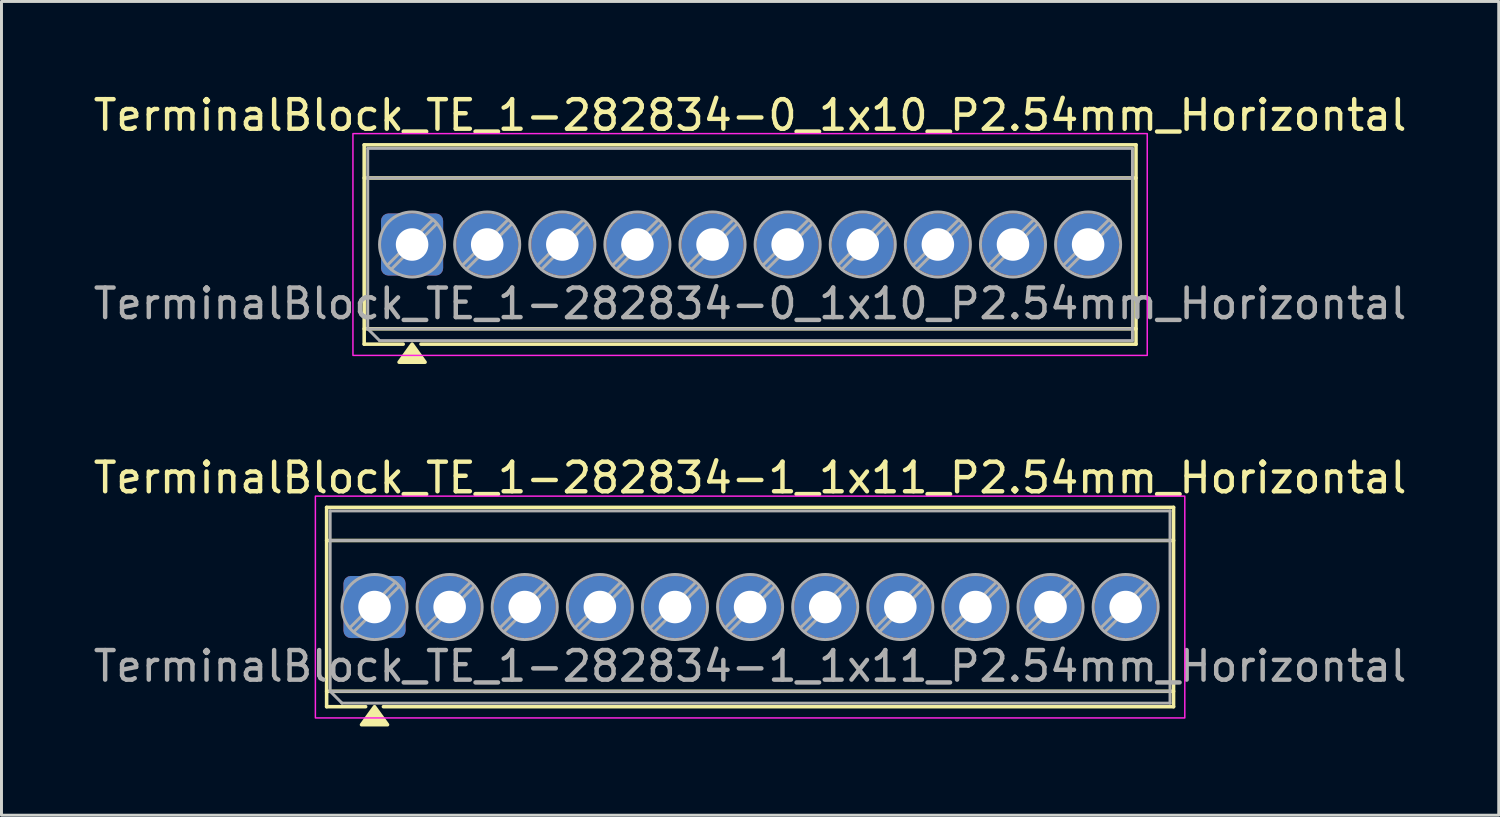
<source format=kicad_pcb>
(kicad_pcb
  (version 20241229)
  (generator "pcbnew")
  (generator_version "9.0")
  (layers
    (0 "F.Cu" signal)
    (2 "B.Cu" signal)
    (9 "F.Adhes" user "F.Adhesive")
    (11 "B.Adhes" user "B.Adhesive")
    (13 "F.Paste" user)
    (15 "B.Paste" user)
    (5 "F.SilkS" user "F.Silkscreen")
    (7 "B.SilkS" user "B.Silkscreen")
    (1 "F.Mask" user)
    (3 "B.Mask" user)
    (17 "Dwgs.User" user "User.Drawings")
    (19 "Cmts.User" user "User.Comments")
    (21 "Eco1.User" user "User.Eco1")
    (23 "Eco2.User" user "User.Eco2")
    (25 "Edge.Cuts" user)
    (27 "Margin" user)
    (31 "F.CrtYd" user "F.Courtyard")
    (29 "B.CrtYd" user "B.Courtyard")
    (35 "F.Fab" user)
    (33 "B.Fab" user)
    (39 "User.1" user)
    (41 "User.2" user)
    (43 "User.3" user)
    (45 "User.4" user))
  (footprint "TerminalBlock_TE_1-282834-0_1x10_P2.54mm_Horizontal"
    (layer "F.Cu")
    (at 10.885 5.218)
    (property "Reference" "TerminalBlock_TE_1-282834-0_1x10_P2.54mm_Horizontal" (at 11.43 -4.37 0) (layer "F.SilkS") (effects (font (size 1 1) (thickness 0.15))))
    (attr through_hole)
    (fp_line (start -1.62 -3.37) (end 24.48 -3.37) (stroke (width 0.12) (type solid)) (layer "F.SilkS"))
    (fp_line (start -1.62 -2.25) (end 24.48 -2.25) (stroke (width 0.12) (type solid)) (layer "F.SilkS"))
    (fp_line (start -1.62 2.85) (end 24.48 2.85) (stroke (width 0.12) (type solid)) (layer "F.SilkS"))
    (fp_line (start -1.62 3.37) (end -1.62 -3.37) (stroke (width 0.12) (type solid)) (layer "F.SilkS"))
    (fp_line (start -0.3 3.37) (end -1.62 3.37) (stroke (width 0.12) (type solid)) (layer "F.SilkS"))
    (fp_line (start 24.48 -3.37) (end 24.48 3.37) (stroke (width 0.12) (type solid)) (layer "F.SilkS"))
    (fp_line (start 24.48 3.37) (end 0.3 3.37) (stroke (width 0.12) (type solid)) (layer "F.SilkS"))
    (fp_poly (pts (xy 0 3.37) (xy 0.44 3.98) (xy -0.44 3.98)) (stroke (width 0.12) (type solid)) (fill yes) (layer "F.SilkS"))
    (fp_rect (start -2 -3.75) (end 24.86 3.75) (stroke (width 0.05) (type solid)) (fill no) (layer "F.CrtYd"))
    (fp_line (start -1.5 -3.25) (end 24.36 -3.25) (stroke (width 0.1) (type solid)) (layer "F.Fab"))
    (fp_line (start -1.5 -2.25) (end 24.36 -2.25) (stroke (width 0.1) (type solid)) (layer "F.Fab"))
    (fp_line (start -1.5 2.85) (end -1.5 -3.25) (stroke (width 0.1) (type solid)) (layer "F.Fab"))
    (fp_line (start -1.5 2.85) (end 24.36 2.85) (stroke (width 0.1) (type solid)) (layer "F.Fab"))
    (fp_line (start -1.1 3.25) (end -1.5 2.85) (stroke (width 0.1) (type solid)) (layer "F.Fab"))
    (fp_line (start 0.7 -0.834) (end -0.834 0.7) (stroke (width 0.1) (type solid)) (layer "F.Fab"))
    (fp_line (start 0.834 -0.7) (end -0.7 0.834) (stroke (width 0.1) (type solid)) (layer "F.Fab"))
    (fp_line (start 3.24 -0.834) (end 1.706 0.7) (stroke (width 0.1) (type solid)) (layer "F.Fab"))
    (fp_line (start 3.374 -0.7) (end 1.84 0.834) (stroke (width 0.1) (type solid)) (layer "F.Fab"))
    (fp_line (start 5.78 -0.834) (end 4.246 0.7) (stroke (width 0.1) (type solid)) (layer "F.Fab"))
    (fp_line (start 5.914 -0.7) (end 4.38 0.834) (stroke (width 0.1) (type solid)) (layer "F.Fab"))
    (fp_line (start 8.32 -0.834) (end 6.786 0.7) (stroke (width 0.1) (type solid)) (layer "F.Fab"))
    (fp_line (start 8.454 -0.7) (end 6.92 0.834) (stroke (width 0.1) (type solid)) (layer "F.Fab"))
    (fp_line (start 10.86 -0.834) (end 9.326 0.7) (stroke (width 0.1) (type solid)) (layer "F.Fab"))
    (fp_line (start 10.994 -0.7) (end 9.46 0.834) (stroke (width 0.1) (type solid)) (layer "F.Fab"))
    (fp_line (start 13.4 -0.834) (end 11.866 0.7) (stroke (width 0.1) (type solid)) (layer "F.Fab"))
    (fp_line (start 13.534 -0.7) (end 12 0.834) (stroke (width 0.1) (type solid)) (layer "F.Fab"))
    (fp_line (start 15.94 -0.834) (end 14.406 0.7) (stroke (width 0.1) (type solid)) (layer "F.Fab"))
    (fp_line (start 16.074 -0.7) (end 14.54 0.834) (stroke (width 0.1) (type solid)) (layer "F.Fab"))
    (fp_line (start 18.48 -0.834) (end 16.946 0.7) (stroke (width 0.1) (type solid)) (layer "F.Fab"))
    (fp_line (start 18.614 -0.7) (end 17.08 0.834) (stroke (width 0.1) (type solid)) (layer "F.Fab"))
    (fp_line (start 21.02 -0.834) (end 19.486 0.7) (stroke (width 0.1) (type solid)) (layer "F.Fab"))
    (fp_line (start 21.154 -0.7) (end 19.62 0.834) (stroke (width 0.1) (type solid)) (layer "F.Fab"))
    (fp_line (start 23.56 -0.834) (end 22.026 0.7) (stroke (width 0.1) (type solid)) (layer "F.Fab"))
    (fp_line (start 23.694 -0.7) (end 22.16 0.834) (stroke (width 0.1) (type solid)) (layer "F.Fab"))
    (fp_line (start 24.36 -3.25) (end 24.36 3.25) (stroke (width 0.1) (type solid)) (layer "F.Fab"))
    (fp_line (start 24.36 3.25) (end -1.1 3.25) (stroke (width 0.1) (type solid)) (layer "F.Fab"))
    (fp_circle (center 0 0) (end 1.1 0) (stroke (width 0.1) (type solid)) (fill no) (layer "F.Fab"))
    (fp_circle (center 2.54 0) (end 3.64 0) (stroke (width 0.1) (type solid)) (fill no) (layer "F.Fab"))
    (fp_circle (center 5.08 0) (end 6.18 0) (stroke (width 0.1) (type solid)) (fill no) (layer "F.Fab"))
    (fp_circle (center 7.62 0) (end 8.72 0) (stroke (width 0.1) (type solid)) (fill no) (layer "F.Fab"))
    (fp_circle (center 10.16 0) (end 11.26 0) (stroke (width 0.1) (type solid)) (fill no) (layer "F.Fab"))
    (fp_circle (center 12.7 0) (end 13.8 0) (stroke (width 0.1) (type solid)) (fill no) (layer "F.Fab"))
    (fp_circle (center 15.24 0) (end 16.34 0) (stroke (width 0.1) (type solid)) (fill no) (layer "F.Fab"))
    (fp_circle (center 17.78 0) (end 18.88 0) (stroke (width 0.1) (type solid)) (fill no) (layer "F.Fab"))
    (fp_circle (center 20.32 0) (end 21.42 0) (stroke (width 0.1) (type solid)) (fill no) (layer "F.Fab"))
    (fp_circle (center 22.86 0) (end 23.96 0) (stroke (width 0.1) (type solid)) (fill no) (layer "F.Fab"))
    (fp_text user "${REFERENCE}" (at 11.43 2 0) (layer "F.Fab") (effects (font (size 1 1) (thickness 0.15))))
    (pad "1" thru_hole roundrect (at 0 0) (size 2.1 2.1) (drill 1.1) (layers "*.Cu" "*.Mask") (roundrect_rratio 0.119))
    (pad "2" thru_hole circle (at 2.54 0) (size 2.1 2.1) (drill 1.1) (layers "*.Cu" "*.Mask"))
    (pad "3" thru_hole circle (at 5.08 0) (size 2.1 2.1) (drill 1.1) (layers "*.Cu" "*.Mask"))
    (pad "4" thru_hole circle (at 7.62 0) (size 2.1 2.1) (drill 1.1) (layers "*.Cu" "*.Mask"))
    (pad "5" thru_hole circle (at 10.16 0) (size 2.1 2.1) (drill 1.1) (layers "*.Cu" "*.Mask"))
    (pad "6" thru_hole circle (at 12.7 0) (size 2.1 2.1) (drill 1.1) (layers "*.Cu" "*.Mask"))
    (pad "7" thru_hole circle (at 15.24 0) (size 2.1 2.1) (drill 1.1) (layers "*.Cu" "*.Mask"))
    (pad "8" thru_hole circle (at 17.78 0) (size 2.1 2.1) (drill 1.1) (layers "*.Cu" "*.Mask"))
    (pad "9" thru_hole circle (at 20.32 0) (size 2.1 2.1) (drill 1.1) (layers "*.Cu" "*.Mask"))
    (pad "10" thru_hole circle (at 22.86 0) (size 2.1 2.1) (drill 1.1) (layers "*.Cu" "*.Mask")))
  (footprint "TerminalBlock_TE_1-282834-1_1x11_P2.54mm_Horizontal"
    (layer "F.Cu")
    (at 9.615 17.477)
    (property "Reference" "TerminalBlock_TE_1-282834-1_1x11_P2.54mm_Horizontal" (at 12.7 -4.37 0) (layer "F.SilkS") (effects (font (size 1 1) (thickness 0.15))))
    (attr through_hole)
    (fp_line (start -1.62 -3.37) (end 27.02 -3.37) (stroke (width 0.12) (type solid)) (layer "F.SilkS"))
    (fp_line (start -1.62 -2.25) (end 27.02 -2.25) (stroke (width 0.12) (type solid)) (layer "F.SilkS"))
    (fp_line (start -1.62 2.85) (end 27.02 2.85) (stroke (width 0.12) (type solid)) (layer "F.SilkS"))
    (fp_line (start -1.62 3.37) (end -1.62 -3.37) (stroke (width 0.12) (type solid)) (layer "F.SilkS"))
    (fp_line (start -0.3 3.37) (end -1.62 3.37) (stroke (width 0.12) (type solid)) (layer "F.SilkS"))
    (fp_line (start 27.02 -3.37) (end 27.02 3.37) (stroke (width 0.12) (type solid)) (layer "F.SilkS"))
    (fp_line (start 27.02 3.37) (end 0.3 3.37) (stroke (width 0.12) (type solid)) (layer "F.SilkS"))
    (fp_poly (pts (xy 0 3.37) (xy 0.44 3.98) (xy -0.44 3.98)) (stroke (width 0.12) (type solid)) (fill yes) (layer "F.SilkS"))
    (fp_rect (start -2 -3.75) (end 27.4 3.75) (stroke (width 0.05) (type solid)) (fill no) (layer "F.CrtYd"))
    (fp_line (start -1.5 -3.25) (end 26.9 -3.25) (stroke (width 0.1) (type solid)) (layer "F.Fab"))
    (fp_line (start -1.5 -2.25) (end 26.9 -2.25) (stroke (width 0.1) (type solid)) (layer "F.Fab"))
    (fp_line (start -1.5 2.85) (end -1.5 -3.25) (stroke (width 0.1) (type solid)) (layer "F.Fab"))
    (fp_line (start -1.5 2.85) (end 26.9 2.85) (stroke (width 0.1) (type solid)) (layer "F.Fab"))
    (fp_line (start -1.1 3.25) (end -1.5 2.85) (stroke (width 0.1) (type solid)) (layer "F.Fab"))
    (fp_line (start 0.7 -0.834) (end -0.834 0.7) (stroke (width 0.1) (type solid)) (layer "F.Fab"))
    (fp_line (start 0.834 -0.7) (end -0.7 0.834) (stroke (width 0.1) (type solid)) (layer "F.Fab"))
    (fp_line (start 3.24 -0.834) (end 1.706 0.7) (stroke (width 0.1) (type solid)) (layer "F.Fab"))
    (fp_line (start 3.374 -0.7) (end 1.84 0.834) (stroke (width 0.1) (type solid)) (layer "F.Fab"))
    (fp_line (start 5.78 -0.834) (end 4.246 0.7) (stroke (width 0.1) (type solid)) (layer "F.Fab"))
    (fp_line (start 5.914 -0.7) (end 4.38 0.834) (stroke (width 0.1) (type solid)) (layer "F.Fab"))
    (fp_line (start 8.32 -0.834) (end 6.786 0.7) (stroke (width 0.1) (type solid)) (layer "F.Fab"))
    (fp_line (start 8.454 -0.7) (end 6.92 0.834) (stroke (width 0.1) (type solid)) (layer "F.Fab"))
    (fp_line (start 10.86 -0.834) (end 9.326 0.7) (stroke (width 0.1) (type solid)) (layer "F.Fab"))
    (fp_line (start 10.994 -0.7) (end 9.46 0.834) (stroke (width 0.1) (type solid)) (layer "F.Fab"))
    (fp_line (start 13.4 -0.834) (end 11.866 0.7) (stroke (width 0.1) (type solid)) (layer "F.Fab"))
    (fp_line (start 13.534 -0.7) (end 12 0.834) (stroke (width 0.1) (type solid)) (layer "F.Fab"))
    (fp_line (start 15.94 -0.834) (end 14.406 0.7) (stroke (width 0.1) (type solid)) (layer "F.Fab"))
    (fp_line (start 16.074 -0.7) (end 14.54 0.834) (stroke (width 0.1) (type solid)) (layer "F.Fab"))
    (fp_line (start 18.48 -0.834) (end 16.946 0.7) (stroke (width 0.1) (type solid)) (layer "F.Fab"))
    (fp_line (start 18.614 -0.7) (end 17.08 0.834) (stroke (width 0.1) (type solid)) (layer "F.Fab"))
    (fp_line (start 21.02 -0.834) (end 19.486 0.7) (stroke (width 0.1) (type solid)) (layer "F.Fab"))
    (fp_line (start 21.154 -0.7) (end 19.62 0.834) (stroke (width 0.1) (type solid)) (layer "F.Fab"))
    (fp_line (start 23.56 -0.834) (end 22.026 0.7) (stroke (width 0.1) (type solid)) (layer "F.Fab"))
    (fp_line (start 23.694 -0.7) (end 22.16 0.834) (stroke (width 0.1) (type solid)) (layer "F.Fab"))
    (fp_line (start 26.1 -0.834) (end 24.566 0.7) (stroke (width 0.1) (type solid)) (layer "F.Fab"))
    (fp_line (start 26.234 -0.7) (end 24.7 0.834) (stroke (width 0.1) (type solid)) (layer "F.Fab"))
    (fp_line (start 26.9 -3.25) (end 26.9 3.25) (stroke (width 0.1) (type solid)) (layer "F.Fab"))
    (fp_line (start 26.9 3.25) (end -1.1 3.25) (stroke (width 0.1) (type solid)) (layer "F.Fab"))
    (fp_circle (center 0 0) (end 1.1 0) (stroke (width 0.1) (type solid)) (fill no) (layer "F.Fab"))
    (fp_circle (center 2.54 0) (end 3.64 0) (stroke (width 0.1) (type solid)) (fill no) (layer "F.Fab"))
    (fp_circle (center 5.08 0) (end 6.18 0) (stroke (width 0.1) (type solid)) (fill no) (layer "F.Fab"))
    (fp_circle (center 7.62 0) (end 8.72 0) (stroke (width 0.1) (type solid)) (fill no) (layer "F.Fab"))
    (fp_circle (center 10.16 0) (end 11.26 0) (stroke (width 0.1) (type solid)) (fill no) (layer "F.Fab"))
    (fp_circle (center 12.7 0) (end 13.8 0) (stroke (width 0.1) (type solid)) (fill no) (layer "F.Fab"))
    (fp_circle (center 15.24 0) (end 16.34 0) (stroke (width 0.1) (type solid)) (fill no) (layer "F.Fab"))
    (fp_circle (center 17.78 0) (end 18.88 0) (stroke (width 0.1) (type solid)) (fill no) (layer "F.Fab"))
    (fp_circle (center 20.32 0) (end 21.42 0) (stroke (width 0.1) (type solid)) (fill no) (layer "F.Fab"))
    (fp_circle (center 22.86 0) (end 23.96 0) (stroke (width 0.1) (type solid)) (fill no) (layer "F.Fab"))
    (fp_circle (center 25.4 0) (end 26.5 0) (stroke (width 0.1) (type solid)) (fill no) (layer "F.Fab"))
    (fp_text user "${REFERENCE}" (at 12.7 2 0) (layer "F.Fab") (effects (font (size 1 1) (thickness 0.15))))
    (pad "1" thru_hole roundrect (at 0 0) (size 2.1 2.1) (drill 1.1) (layers "*.Cu" "*.Mask") (roundrect_rratio 0.119))
    (pad "2" thru_hole circle (at 2.54 0) (size 2.1 2.1) (drill 1.1) (layers "*.Cu" "*.Mask"))
    (pad "3" thru_hole circle (at 5.08 0) (size 2.1 2.1) (drill 1.1) (layers "*.Cu" "*.Mask"))
    (pad "4" thru_hole circle (at 7.62 0) (size 2.1 2.1) (drill 1.1) (layers "*.Cu" "*.Mask"))
    (pad "5" thru_hole circle (at 10.16 0) (size 2.1 2.1) (drill 1.1) (layers "*.Cu" "*.Mask"))
    (pad "6" thru_hole circle (at 12.7 0) (size 2.1 2.1) (drill 1.1) (layers "*.Cu" "*.Mask"))
    (pad "7" thru_hole circle (at 15.24 0) (size 2.1 2.1) (drill 1.1) (layers "*.Cu" "*.Mask"))
    (pad "8" thru_hole circle (at 17.78 0) (size 2.1 2.1) (drill 1.1) (layers "*.Cu" "*.Mask"))
    (pad "9" thru_hole circle (at 20.32 0) (size 2.1 2.1) (drill 1.1) (layers "*.Cu" "*.Mask"))
    (pad "10" thru_hole circle (at 22.86 0) (size 2.1 2.1) (drill 1.1) (layers "*.Cu" "*.Mask"))
    (pad "11" thru_hole circle (at 25.4 0) (size 2.1 2.1) (drill 1.1) (layers "*.Cu" "*.Mask")))
  (gr_rect
    (start -3 -3)
    (end 47.631 24.517)
    (stroke (width 0.1) (type default))
    (fill no)
    (layer "Edge.Cuts")))
</source>
